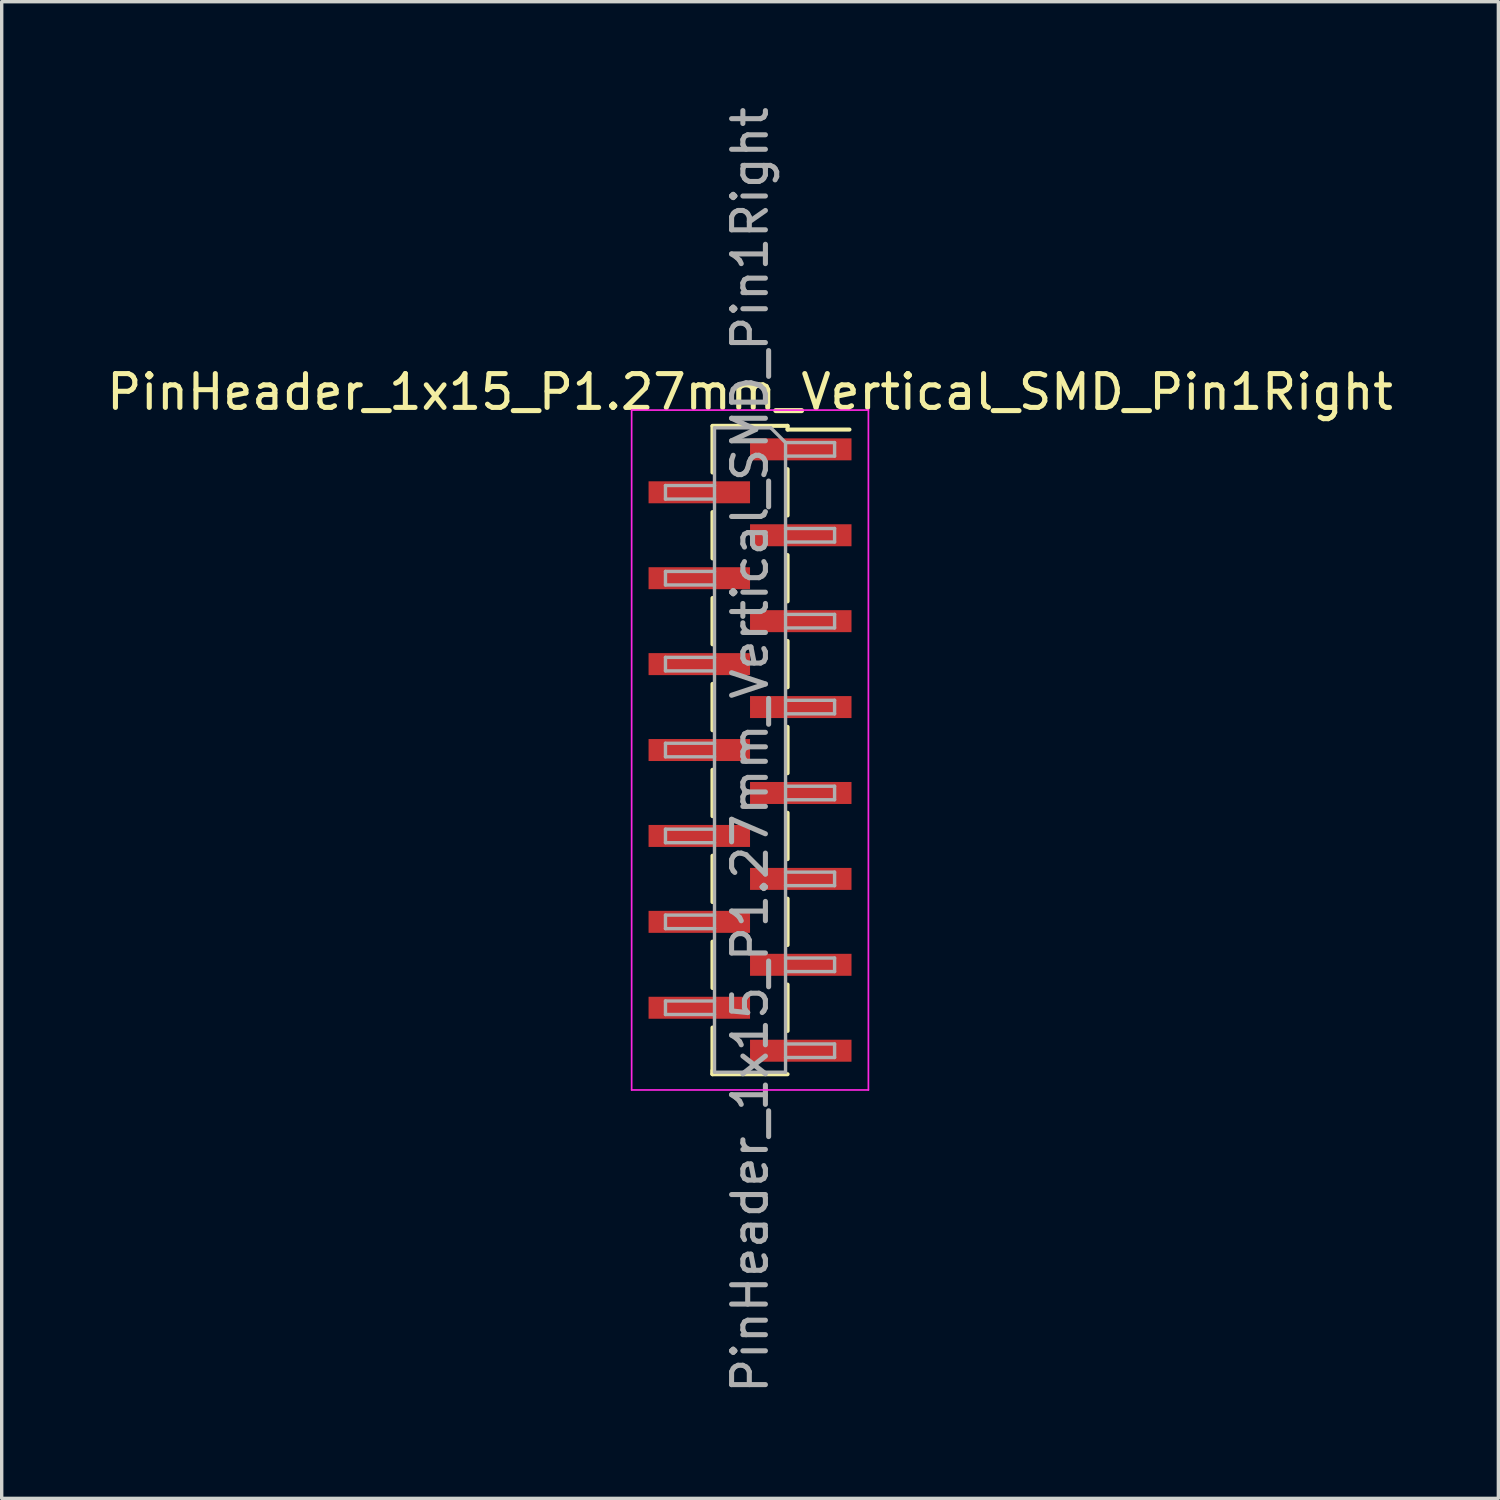
<source format=kicad_pcb>
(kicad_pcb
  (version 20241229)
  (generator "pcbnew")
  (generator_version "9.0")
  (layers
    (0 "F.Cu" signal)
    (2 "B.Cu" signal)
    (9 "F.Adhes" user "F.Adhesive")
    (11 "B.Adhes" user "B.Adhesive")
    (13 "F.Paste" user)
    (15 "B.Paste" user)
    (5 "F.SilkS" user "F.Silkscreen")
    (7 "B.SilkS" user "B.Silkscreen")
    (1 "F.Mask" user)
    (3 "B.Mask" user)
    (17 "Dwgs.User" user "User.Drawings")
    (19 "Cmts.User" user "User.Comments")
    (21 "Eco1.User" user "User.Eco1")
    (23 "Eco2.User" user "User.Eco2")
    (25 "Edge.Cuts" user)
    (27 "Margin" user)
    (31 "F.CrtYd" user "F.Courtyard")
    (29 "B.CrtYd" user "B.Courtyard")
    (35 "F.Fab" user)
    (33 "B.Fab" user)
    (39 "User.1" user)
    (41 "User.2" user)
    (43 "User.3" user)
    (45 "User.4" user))
  (footprint "PinHeader_1x15_P1.27mm_Vertical_SMD_Pin1Right"
    (layer "F.Cu")
    (at 19.125 19.125)
    (property "Reference" "PinHeader_1x15_P1.27mm_Vertical_SMD_Pin1Right" (at 0 -10.585 0) (layer "F.SilkS") (effects (font (size 1 1) (thickness 0.15))))
    (attr smd)
    (fp_line (start -1.11 -9.585) (end 1.11 -9.585) (stroke (width 0.12) (type solid)) (layer "F.SilkS"))
    (fp_line (start -1.11 -9.575) (end -1.11 -8.205) (stroke (width 0.12) (type solid)) (layer "F.SilkS"))
    (fp_line (start -1.11 -7.035) (end -1.11 -5.665) (stroke (width 0.12) (type solid)) (layer "F.SilkS"))
    (fp_line (start -1.11 -4.495) (end -1.11 -3.125) (stroke (width 0.12) (type solid)) (layer "F.SilkS"))
    (fp_line (start -1.11 -1.955) (end -1.11 -0.585) (stroke (width 0.12) (type solid)) (layer "F.SilkS"))
    (fp_line (start -1.11 0.585) (end -1.11 1.955) (stroke (width 0.12) (type solid)) (layer "F.SilkS"))
    (fp_line (start -1.11 3.125) (end -1.11 4.495) (stroke (width 0.12) (type solid)) (layer "F.SilkS"))
    (fp_line (start -1.11 5.665) (end -1.11 7.035) (stroke (width 0.12) (type solid)) (layer "F.SilkS"))
    (fp_line (start -1.11 8.205) (end -1.11 9.575) (stroke (width 0.12) (type solid)) (layer "F.SilkS"))
    (fp_line (start -1.11 9.475) (end -1.11 9.585) (stroke (width 0.12) (type solid)) (layer "F.SilkS"))
    (fp_line (start -1.11 9.585) (end 1.11 9.585) (stroke (width 0.12) (type solid)) (layer "F.SilkS"))
    (fp_line (start 1.11 -9.585) (end 1.11 -9.475) (stroke (width 0.12) (type solid)) (layer "F.SilkS"))
    (fp_line (start 1.11 -9.475) (end 2.94 -9.475) (stroke (width 0.12) (type solid)) (layer "F.SilkS"))
    (fp_line (start 1.11 -8.305) (end 1.11 -6.935) (stroke (width 0.12) (type solid)) (layer "F.SilkS"))
    (fp_line (start 1.11 -5.765) (end 1.11 -4.395) (stroke (width 0.12) (type solid)) (layer "F.SilkS"))
    (fp_line (start 1.11 -3.225) (end 1.11 -1.855) (stroke (width 0.12) (type solid)) (layer "F.SilkS"))
    (fp_line (start 1.11 -0.685) (end 1.11 0.685) (stroke (width 0.12) (type solid)) (layer "F.SilkS"))
    (fp_line (start 1.11 1.855) (end 1.11 3.225) (stroke (width 0.12) (type solid)) (layer "F.SilkS"))
    (fp_line (start 1.11 4.395) (end 1.11 5.765) (stroke (width 0.12) (type solid)) (layer "F.SilkS"))
    (fp_line (start 1.11 6.935) (end 1.11 8.305) (stroke (width 0.12) (type solid)) (layer "F.SilkS"))
    (fp_line (start -3.5 -10.05) (end -3.5 10.05) (stroke (width 0.05) (type solid)) (layer "F.CrtYd"))
    (fp_line (start -3.5 10.05) (end 3.5 10.05) (stroke (width 0.05) (type solid)) (layer "F.CrtYd"))
    (fp_line (start 3.5 -10.05) (end -3.5 -10.05) (stroke (width 0.05) (type solid)) (layer "F.CrtYd"))
    (fp_line (start 3.5 10.05) (end 3.5 -10.05) (stroke (width 0.05) (type solid)) (layer "F.CrtYd"))
    (fp_line (start -2.5 -7.82) (end -2.5 -7.42) (stroke (width 0.1) (type solid)) (layer "F.Fab"))
    (fp_line (start -2.5 -7.42) (end -1.05 -7.42) (stroke (width 0.1) (type solid)) (layer "F.Fab"))
    (fp_line (start -2.5 -5.28) (end -2.5 -4.88) (stroke (width 0.1) (type solid)) (layer "F.Fab"))
    (fp_line (start -2.5 -4.88) (end -1.05 -4.88) (stroke (width 0.1) (type solid)) (layer "F.Fab"))
    (fp_line (start -2.5 -2.74) (end -2.5 -2.34) (stroke (width 0.1) (type solid)) (layer "F.Fab"))
    (fp_line (start -2.5 -2.34) (end -1.05 -2.34) (stroke (width 0.1) (type solid)) (layer "F.Fab"))
    (fp_line (start -2.5 -0.2) (end -2.5 0.2) (stroke (width 0.1) (type solid)) (layer "F.Fab"))
    (fp_line (start -2.5 0.2) (end -1.05 0.2) (stroke (width 0.1) (type solid)) (layer "F.Fab"))
    (fp_line (start -2.5 2.34) (end -2.5 2.74) (stroke (width 0.1) (type solid)) (layer "F.Fab"))
    (fp_line (start -2.5 2.74) (end -1.05 2.74) (stroke (width 0.1) (type solid)) (layer "F.Fab"))
    (fp_line (start -2.5 4.88) (end -2.5 5.28) (stroke (width 0.1) (type solid)) (layer "F.Fab"))
    (fp_line (start -2.5 5.28) (end -1.05 5.28) (stroke (width 0.1) (type solid)) (layer "F.Fab"))
    (fp_line (start -2.5 7.42) (end -2.5 7.82) (stroke (width 0.1) (type solid)) (layer "F.Fab"))
    (fp_line (start -2.5 7.82) (end -1.05 7.82) (stroke (width 0.1) (type solid)) (layer "F.Fab"))
    (fp_line (start -1.05 -9.525) (end -1.05 9.525) (stroke (width 0.1) (type solid)) (layer "F.Fab"))
    (fp_line (start -1.05 -9.525) (end 0.615 -9.525) (stroke (width 0.1) (type solid)) (layer "F.Fab"))
    (fp_line (start -1.05 -7.82) (end -2.5 -7.82) (stroke (width 0.1) (type solid)) (layer "F.Fab"))
    (fp_line (start -1.05 -5.28) (end -2.5 -5.28) (stroke (width 0.1) (type solid)) (layer "F.Fab"))
    (fp_line (start -1.05 -2.74) (end -2.5 -2.74) (stroke (width 0.1) (type solid)) (layer "F.Fab"))
    (fp_line (start -1.05 -0.2) (end -2.5 -0.2) (stroke (width 0.1) (type solid)) (layer "F.Fab"))
    (fp_line (start -1.05 2.34) (end -2.5 2.34) (stroke (width 0.1) (type solid)) (layer "F.Fab"))
    (fp_line (start -1.05 4.88) (end -2.5 4.88) (stroke (width 0.1) (type solid)) (layer "F.Fab"))
    (fp_line (start -1.05 7.42) (end -2.5 7.42) (stroke (width 0.1) (type solid)) (layer "F.Fab"))
    (fp_line (start 1.05 -9.09) (end 0.615 -9.525) (stroke (width 0.1) (type solid)) (layer "F.Fab"))
    (fp_line (start 1.05 -9.09) (end 2.5 -9.09) (stroke (width 0.1) (type solid)) (layer "F.Fab"))
    (fp_line (start 1.05 -6.55) (end 2.5 -6.55) (stroke (width 0.1) (type solid)) (layer "F.Fab"))
    (fp_line (start 1.05 -4.01) (end 2.5 -4.01) (stroke (width 0.1) (type solid)) (layer "F.Fab"))
    (fp_line (start 1.05 -1.47) (end 2.5 -1.47) (stroke (width 0.1) (type solid)) (layer "F.Fab"))
    (fp_line (start 1.05 1.07) (end 2.5 1.07) (stroke (width 0.1) (type solid)) (layer "F.Fab"))
    (fp_line (start 1.05 3.61) (end 2.5 3.61) (stroke (width 0.1) (type solid)) (layer "F.Fab"))
    (fp_line (start 1.05 6.15) (end 2.5 6.15) (stroke (width 0.1) (type solid)) (layer "F.Fab"))
    (fp_line (start 1.05 8.69) (end 2.5 8.69) (stroke (width 0.1) (type solid)) (layer "F.Fab"))
    (fp_line (start 1.05 9.525) (end -1.05 9.525) (stroke (width 0.1) (type solid)) (layer "F.Fab"))
    (fp_line (start 1.05 9.525) (end 1.05 -9.09) (stroke (width 0.1) (type solid)) (layer "F.Fab"))
    (fp_line (start 2.5 -9.09) (end 2.5 -8.69) (stroke (width 0.1) (type solid)) (layer "F.Fab"))
    (fp_line (start 2.5 -8.69) (end 1.05 -8.69) (stroke (width 0.1) (type solid)) (layer "F.Fab"))
    (fp_line (start 2.5 -6.55) (end 2.5 -6.15) (stroke (width 0.1) (type solid)) (layer "F.Fab"))
    (fp_line (start 2.5 -6.15) (end 1.05 -6.15) (stroke (width 0.1) (type solid)) (layer "F.Fab"))
    (fp_line (start 2.5 -4.01) (end 2.5 -3.61) (stroke (width 0.1) (type solid)) (layer "F.Fab"))
    (fp_line (start 2.5 -3.61) (end 1.05 -3.61) (stroke (width 0.1) (type solid)) (layer "F.Fab"))
    (fp_line (start 2.5 -1.47) (end 2.5 -1.07) (stroke (width 0.1) (type solid)) (layer "F.Fab"))
    (fp_line (start 2.5 -1.07) (end 1.05 -1.07) (stroke (width 0.1) (type solid)) (layer "F.Fab"))
    (fp_line (start 2.5 1.07) (end 2.5 1.47) (stroke (width 0.1) (type solid)) (layer "F.Fab"))
    (fp_line (start 2.5 1.47) (end 1.05 1.47) (stroke (width 0.1) (type solid)) (layer "F.Fab"))
    (fp_line (start 2.5 3.61) (end 2.5 4.01) (stroke (width 0.1) (type solid)) (layer "F.Fab"))
    (fp_line (start 2.5 4.01) (end 1.05 4.01) (stroke (width 0.1) (type solid)) (layer "F.Fab"))
    (fp_line (start 2.5 6.15) (end 2.5 6.55) (stroke (width 0.1) (type solid)) (layer "F.Fab"))
    (fp_line (start 2.5 6.55) (end 1.05 6.55) (stroke (width 0.1) (type solid)) (layer "F.Fab"))
    (fp_line (start 2.5 8.69) (end 2.5 9.09) (stroke (width 0.1) (type solid)) (layer "F.Fab"))
    (fp_line (start 2.5 9.09) (end 1.05 9.09) (stroke (width 0.1) (type solid)) (layer "F.Fab"))
    (fp_text user "${REFERENCE}" (at 0 0 90) (layer "F.Fab") (effects (font (size 1 1) (thickness 0.15))))
    (pad "1" smd rect (at 1.5 -8.89) (size 3 0.65) (layers "F.Cu" "F.Mask" "F.Paste"))
    (pad "2" smd rect (at -1.5 -7.62) (size 3 0.65) (layers "F.Cu" "F.Mask" "F.Paste"))
    (pad "3" smd rect (at 1.5 -6.35) (size 3 0.65) (layers "F.Cu" "F.Mask" "F.Paste"))
    (pad "4" smd rect (at -1.5 -5.08) (size 3 0.65) (layers "F.Cu" "F.Mask" "F.Paste"))
    (pad "5" smd rect (at 1.5 -3.81) (size 3 0.65) (layers "F.Cu" "F.Mask" "F.Paste"))
    (pad "6" smd rect (at -1.5 -2.54) (size 3 0.65) (layers "F.Cu" "F.Mask" "F.Paste"))
    (pad "7" smd rect (at 1.5 -1.27) (size 3 0.65) (layers "F.Cu" "F.Mask" "F.Paste"))
    (pad "8" smd rect (at -1.5 0) (size 3 0.65) (layers "F.Cu" "F.Mask" "F.Paste"))
    (pad "9" smd rect (at 1.5 1.27) (size 3 0.65) (layers "F.Cu" "F.Mask" "F.Paste"))
    (pad "10" smd rect (at -1.5 2.54) (size 3 0.65) (layers "F.Cu" "F.Mask" "F.Paste"))
    (pad "11" smd rect (at 1.5 3.81) (size 3 0.65) (layers "F.Cu" "F.Mask" "F.Paste"))
    (pad "12" smd rect (at -1.5 5.08) (size 3 0.65) (layers "F.Cu" "F.Mask" "F.Paste"))
    (pad "13" smd rect (at 1.5 6.35) (size 3 0.65) (layers "F.Cu" "F.Mask" "F.Paste"))
    (pad "14" smd rect (at -1.5 7.62) (size 3 0.65) (layers "F.Cu" "F.Mask" "F.Paste"))
    (pad "15" smd rect (at 1.5 8.89) (size 3 0.65) (layers "F.Cu" "F.Mask" "F.Paste")))
  (gr_rect
    (start -3 -3)
    (end 41.25 41.25)
    (stroke (width 0.1) (type default))
    (fill no)
    (layer "Edge.Cuts")))
</source>
